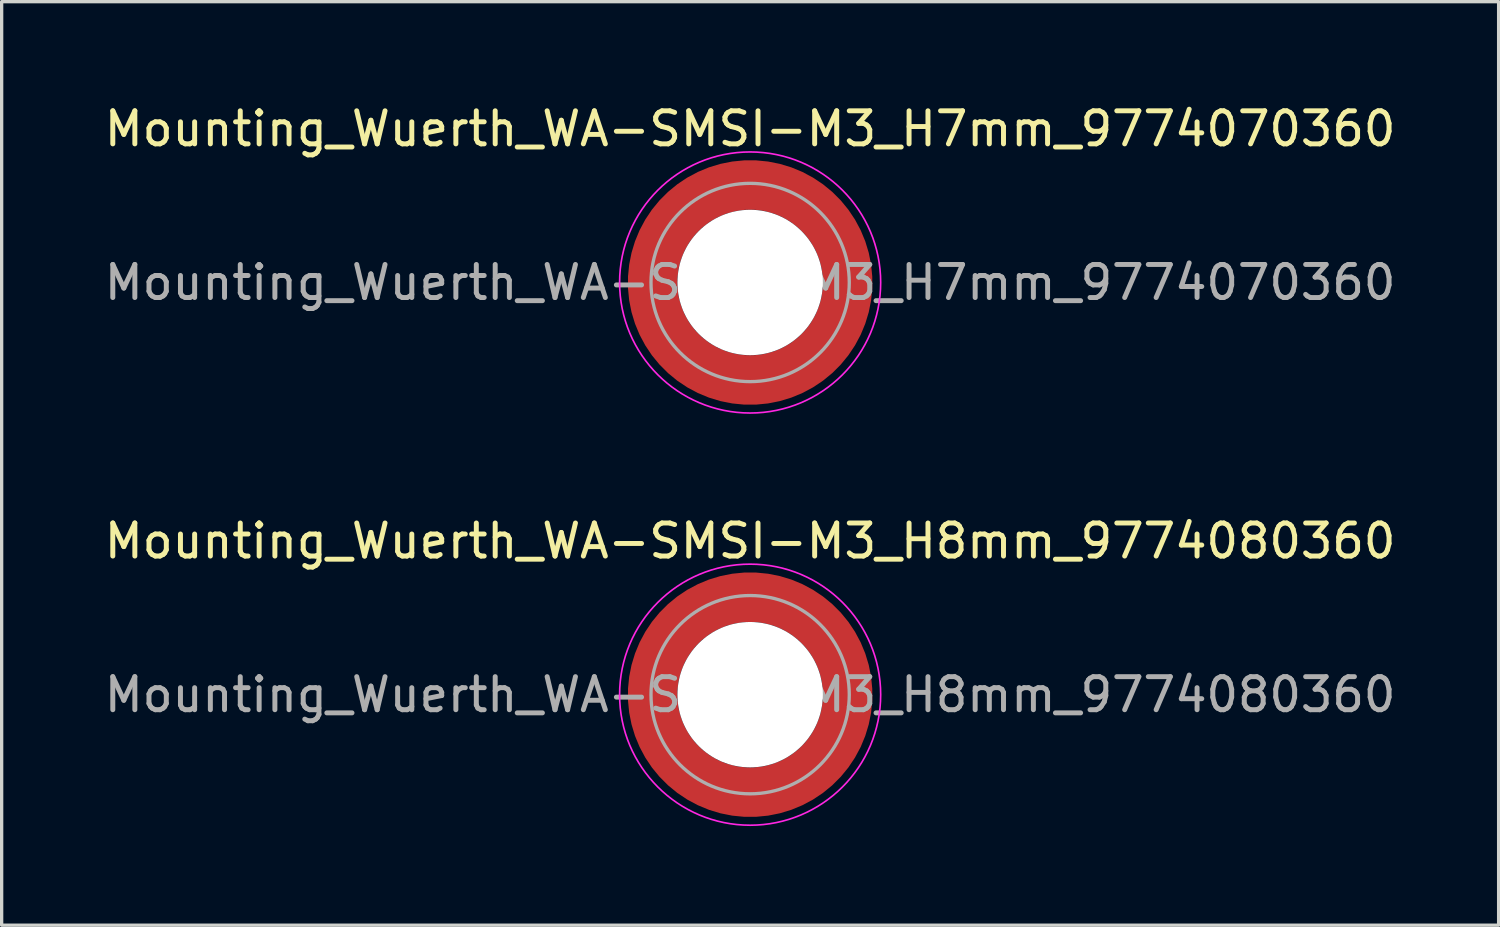
<source format=kicad_pcb>
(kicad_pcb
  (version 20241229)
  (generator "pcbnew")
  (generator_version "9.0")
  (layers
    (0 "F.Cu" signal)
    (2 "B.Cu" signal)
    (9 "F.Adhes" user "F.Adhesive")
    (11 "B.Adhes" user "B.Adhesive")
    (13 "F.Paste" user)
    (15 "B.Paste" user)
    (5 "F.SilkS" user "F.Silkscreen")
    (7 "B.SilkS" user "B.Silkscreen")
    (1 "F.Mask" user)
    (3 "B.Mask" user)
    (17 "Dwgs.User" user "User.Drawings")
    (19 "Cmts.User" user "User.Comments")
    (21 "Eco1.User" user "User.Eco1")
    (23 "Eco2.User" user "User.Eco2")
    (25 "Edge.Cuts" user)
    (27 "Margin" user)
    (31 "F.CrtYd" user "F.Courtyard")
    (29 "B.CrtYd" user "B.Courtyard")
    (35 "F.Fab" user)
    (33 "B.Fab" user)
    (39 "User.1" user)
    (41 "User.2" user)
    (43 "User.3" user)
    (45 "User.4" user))
  (footprint "Mounting_Wuerth_WA-SMSI-M3_H7mm_9774070360"
    (layer "F.Cu")
    (at 19.649 5.498)
    (property "Reference" "Mounting_Wuerth_WA-SMSI-M3_H7mm_9774070360" (at 0 -4.65 0) (layer "F.SilkS") (effects (font (size 1 1) (thickness 0.15))))
    (attr smd)
    (fp_circle (center 0 0) (end 3.95 0) (stroke (width 0.05) (type solid)) (fill no) (layer "F.CrtYd"))
    (fp_circle (center 0 0) (end 3 0) (stroke (width 0.1) (type solid)) (fill no) (layer "F.Fab"))
    (fp_text user "${REFERENCE}" (at 0 0 0) (layer "F.Fab") (effects (font (size 1 1) (thickness 0.15))))
    (pad "" smd custom (at -2.058 -2.058) (size 0.7 0.7) (layers "F.Paste") (options (anchor circle)) (primitives (gr_arc (start -0.377294 1.707681) (mid 0.317579 0.318817) (end 1.705947 -0.377044) (width 0.2)) (gr_arc (start -0.478281 1.707681) (mid 0.246161 0.248814) (end 1.703965 -0.477765) (width 0.2)) (gr_arc (start -0.579192 1.707681) (mid 0.175492 0.178063) (end 1.704077 -0.578711) (width 0.2)) (gr_arc (start -0.680037 1.707681) (mid 0.105568 0.106564) (end 1.706284 -0.679858) (width 0.2)) (gr_arc (start -0.780822 1.707681) (mid 0.034627 0.036085) (end 1.705634 -0.780569) (width 0.2)) (gr_arc (start -0.881554 1.707681) (mid -0.035694 -0.035016) (end 1.706729 -0.881441) (width 0.2)) (gr_arc (start -0.982237 1.707681) (mid -0.107281 -0.10485) (end 1.704266 -0.981842) (width 0.2)) (gr_arc (start -1.082877 1.707681) (mid -0.178372 -0.175181) (end 1.703197 -1.082374) (width 0.2)) (gr_arc (start -1.183476 1.707681) (mid -0.248964 -0.246008) (end 1.703525 -1.183025) (width 0.2)) (gr_arc (start -1.28404 1.707681) (mid -0.319062 -0.317333) (end 1.70525 -1.283784) (width 0.2)) (gr_line (start 1.708 -0.377) (end 1.708 -1.284) (width 0.2)) (gr_line (start -0.377 1.708) (end -1.284 1.708) (width 0.2))))
    (pad "" smd custom (at -2.058 2.058) (size 0.7 0.7) (layers "F.Paste") (options (anchor circle)) (primitives (gr_arc (start 1.707681 0.377294) (mid 0.318817 -0.317579) (end -0.377044 -1.705947) (width 0.2)) (gr_arc (start 1.707681 0.478281) (mid 0.248814 -0.246161) (end -0.477765 -1.703965) (width 0.2)) (gr_arc (start 1.707681 0.579192) (mid 0.178063 -0.175492) (end -0.578711 -1.704077) (width 0.2)) (gr_arc (start 1.707681 0.680037) (mid 0.106564 -0.105568) (end -0.679858 -1.706284) (width 0.2)) (gr_arc (start 1.707681 0.780822) (mid 0.036085 -0.034627) (end -0.780569 -1.705634) (width 0.2)) (gr_arc (start 1.707681 0.881554) (mid -0.035016 0.035694) (end -0.881441 -1.706729) (width 0.2)) (gr_arc (start 1.707681 0.982237) (mid -0.10485 0.107281) (end -0.981842 -1.704266) (width 0.2)) (gr_arc (start 1.707681 1.082877) (mid -0.175181 0.178372) (end -1.082374 -1.703197) (width 0.2)) (gr_arc (start 1.707681 1.183476) (mid -0.246008 0.248964) (end -1.183025 -1.703525) (width 0.2)) (gr_arc (start 1.707681 1.28404) (mid -0.317333 0.319062) (end -1.283784 -1.70525) (width 0.2)) (gr_line (start -0.377 -1.708) (end -1.284 -1.708) (width 0.2)) (gr_line (start 1.708 0.377) (end 1.708 1.284) (width 0.2))))
    (pad "" np_thru_hole circle (at 0 0) (size 4.4 4.4) (drill 4.4) (layers "*.Cu" "*.Mask"))
    (pad "" smd custom (at 2.058 -2.058) (size 0.7 0.7) (layers "F.Paste") (options (anchor circle)) (primitives (gr_arc (start -1.707681 -0.377294) (mid -0.318817 0.317579) (end 0.377044 1.705947) (width 0.2)) (gr_arc (start -1.707681 -0.478281) (mid -0.248814 0.246161) (end 0.477765 1.703965) (width 0.2)) (gr_arc (start -1.707681 -0.579192) (mid -0.178063 0.175492) (end 0.578711 1.704077) (width 0.2)) (gr_arc (start -1.707681 -0.680037) (mid -0.106564 0.105568) (end 0.679858 1.706284) (width 0.2)) (gr_arc (start -1.707681 -0.780822) (mid -0.036085 0.034627) (end 0.780569 1.705634) (width 0.2)) (gr_arc (start -1.707681 -0.881554) (mid 0.035016 -0.035694) (end 0.881441 1.706729) (width 0.2)) (gr_arc (start -1.707681 -0.982237) (mid 0.10485 -0.107281) (end 0.981842 1.704266) (width 0.2)) (gr_arc (start -1.707681 -1.082877) (mid 0.175181 -0.178372) (end 1.082374 1.703197) (width 0.2)) (gr_arc (start -1.707681 -1.183476) (mid 0.246008 -0.248964) (end 1.183025 1.703525) (width 0.2)) (gr_arc (start -1.707681 -1.28404) (mid 0.317333 -0.319062) (end 1.283784 1.70525) (width 0.2)) (gr_line (start 0.377 1.708) (end 1.284 1.708) (width 0.2)) (gr_line (start -1.708 -0.377) (end -1.708 -1.284) (width 0.2))))
    (pad "" smd custom (at 2.058 2.058) (size 0.7 0.7) (layers "F.Paste") (options (anchor circle)) (primitives (gr_arc (start 0.377294 -1.707681) (mid -0.317579 -0.318817) (end -1.705947 0.377044) (width 0.2)) (gr_arc (start 0.478281 -1.707681) (mid -0.246161 -0.248814) (end -1.703965 0.477765) (width 0.2)) (gr_arc (start 0.579192 -1.707681) (mid -0.175492 -0.178063) (end -1.704077 0.578711) (width 0.2)) (gr_arc (start 0.680037 -1.707681) (mid -0.105568 -0.106564) (end -1.706284 0.679858) (width 0.2)) (gr_arc (start 0.780822 -1.707681) (mid -0.034627 -0.036085) (end -1.705634 0.780569) (width 0.2)) (gr_arc (start 0.881554 -1.707681) (mid 0.035694 0.035016) (end -1.706729 0.881441) (width 0.2)) (gr_arc (start 0.982237 -1.707681) (mid 0.107281 0.10485) (end -1.704266 0.981842) (width 0.2)) (gr_arc (start 1.082877 -1.707681) (mid 0.178372 0.175181) (end -1.703197 1.082374) (width 0.2)) (gr_arc (start 1.183476 -1.707681) (mid 0.248964 0.246008) (end -1.703525 1.183025) (width 0.2)) (gr_arc (start 1.28404 -1.707681) (mid 0.319062 0.317333) (end -1.70525 1.283784) (width 0.2)) (gr_line (start -1.708 0.377) (end -1.708 1.284) (width 0.2)) (gr_line (start 0.377 -1.708) (end 1.284 -1.708) (width 0.2))))
    (pad "1" smd circle (at -2.95 0) (size 1.1 1.1) (layers "F.Cu"))
    (pad "1" smd circle (at 0 -2.95) (size 1.1 1.1) (layers "F.Cu"))
    (pad "1" smd circle (at 0 2.95) (size 1.1 1.1) (layers "F.Cu"))
    (pad "1" smd custom (at 2.95 0) (size 1.1 1.1) (layers "F.Cu" "F.Mask") (options (anchor circle)) (primitives (gr_circle (center -2.95 0) (end 0 0) (width 1.5) (fill no)))))
  (footprint "Mounting_Wuerth_WA-SMSI-M3_H8mm_9774080360"
    (layer "F.Cu")
    (at 19.649 17.971)
    (property "Reference" "Mounting_Wuerth_WA-SMSI-M3_H8mm_9774080360" (at 0 -4.65 0) (layer "F.SilkS") (effects (font (size 1 1) (thickness 0.15))))
    (attr smd)
    (fp_circle (center 0 0) (end 3.95 0) (stroke (width 0.05) (type solid)) (fill no) (layer "F.CrtYd"))
    (fp_circle (center 0 0) (end 3 0) (stroke (width 0.1) (type solid)) (fill no) (layer "F.Fab"))
    (fp_text user "${REFERENCE}" (at 0 0 0) (layer "F.Fab") (effects (font (size 1 1) (thickness 0.15))))
    (pad "" smd custom (at -2.058 -2.058) (size 0.7 0.7) (layers "F.Paste") (options (anchor circle)) (primitives (gr_arc (start -0.377294 1.707681) (mid 0.317579 0.318817) (end 1.705947 -0.377044) (width 0.2)) (gr_arc (start -0.478281 1.707681) (mid 0.246161 0.248814) (end 1.703965 -0.477765) (width 0.2)) (gr_arc (start -0.579192 1.707681) (mid 0.175492 0.178063) (end 1.704077 -0.578711) (width 0.2)) (gr_arc (start -0.680037 1.707681) (mid 0.105568 0.106564) (end 1.706284 -0.679858) (width 0.2)) (gr_arc (start -0.780822 1.707681) (mid 0.034627 0.036085) (end 1.705634 -0.780569) (width 0.2)) (gr_arc (start -0.881554 1.707681) (mid -0.035694 -0.035016) (end 1.706729 -0.881441) (width 0.2)) (gr_arc (start -0.982237 1.707681) (mid -0.107281 -0.10485) (end 1.704266 -0.981842) (width 0.2)) (gr_arc (start -1.082877 1.707681) (mid -0.178372 -0.175181) (end 1.703197 -1.082374) (width 0.2)) (gr_arc (start -1.183476 1.707681) (mid -0.248964 -0.246008) (end 1.703525 -1.183025) (width 0.2)) (gr_arc (start -1.28404 1.707681) (mid -0.319062 -0.317333) (end 1.70525 -1.283784) (width 0.2)) (gr_line (start 1.708 -0.377) (end 1.708 -1.284) (width 0.2)) (gr_line (start -0.377 1.708) (end -1.284 1.708) (width 0.2))))
    (pad "" smd custom (at -2.058 2.058) (size 0.7 0.7) (layers "F.Paste") (options (anchor circle)) (primitives (gr_arc (start 1.707681 0.377294) (mid 0.318817 -0.317579) (end -0.377044 -1.705947) (width 0.2)) (gr_arc (start 1.707681 0.478281) (mid 0.248814 -0.246161) (end -0.477765 -1.703965) (width 0.2)) (gr_arc (start 1.707681 0.579192) (mid 0.178063 -0.175492) (end -0.578711 -1.704077) (width 0.2)) (gr_arc (start 1.707681 0.680037) (mid 0.106564 -0.105568) (end -0.679858 -1.706284) (width 0.2)) (gr_arc (start 1.707681 0.780822) (mid 0.036085 -0.034627) (end -0.780569 -1.705634) (width 0.2)) (gr_arc (start 1.707681 0.881554) (mid -0.035016 0.035694) (end -0.881441 -1.706729) (width 0.2)) (gr_arc (start 1.707681 0.982237) (mid -0.10485 0.107281) (end -0.981842 -1.704266) (width 0.2)) (gr_arc (start 1.707681 1.082877) (mid -0.175181 0.178372) (end -1.082374 -1.703197) (width 0.2)) (gr_arc (start 1.707681 1.183476) (mid -0.246008 0.248964) (end -1.183025 -1.703525) (width 0.2)) (gr_arc (start 1.707681 1.28404) (mid -0.317333 0.319062) (end -1.283784 -1.70525) (width 0.2)) (gr_line (start -0.377 -1.708) (end -1.284 -1.708) (width 0.2)) (gr_line (start 1.708 0.377) (end 1.708 1.284) (width 0.2))))
    (pad "" np_thru_hole circle (at 0 0) (size 4.4 4.4) (drill 4.4) (layers "*.Cu" "*.Mask"))
    (pad "" smd custom (at 2.058 -2.058) (size 0.7 0.7) (layers "F.Paste") (options (anchor circle)) (primitives (gr_arc (start -1.707681 -0.377294) (mid -0.318817 0.317579) (end 0.377044 1.705947) (width 0.2)) (gr_arc (start -1.707681 -0.478281) (mid -0.248814 0.246161) (end 0.477765 1.703965) (width 0.2)) (gr_arc (start -1.707681 -0.579192) (mid -0.178063 0.175492) (end 0.578711 1.704077) (width 0.2)) (gr_arc (start -1.707681 -0.680037) (mid -0.106564 0.105568) (end 0.679858 1.706284) (width 0.2)) (gr_arc (start -1.707681 -0.780822) (mid -0.036085 0.034627) (end 0.780569 1.705634) (width 0.2)) (gr_arc (start -1.707681 -0.881554) (mid 0.035016 -0.035694) (end 0.881441 1.706729) (width 0.2)) (gr_arc (start -1.707681 -0.982237) (mid 0.10485 -0.107281) (end 0.981842 1.704266) (width 0.2)) (gr_arc (start -1.707681 -1.082877) (mid 0.175181 -0.178372) (end 1.082374 1.703197) (width 0.2)) (gr_arc (start -1.707681 -1.183476) (mid 0.246008 -0.248964) (end 1.183025 1.703525) (width 0.2)) (gr_arc (start -1.707681 -1.28404) (mid 0.317333 -0.319062) (end 1.283784 1.70525) (width 0.2)) (gr_line (start 0.377 1.708) (end 1.284 1.708) (width 0.2)) (gr_line (start -1.708 -0.377) (end -1.708 -1.284) (width 0.2))))
    (pad "" smd custom (at 2.058 2.058) (size 0.7 0.7) (layers "F.Paste") (options (anchor circle)) (primitives (gr_arc (start 0.377294 -1.707681) (mid -0.317579 -0.318817) (end -1.705947 0.377044) (width 0.2)) (gr_arc (start 0.478281 -1.707681) (mid -0.246161 -0.248814) (end -1.703965 0.477765) (width 0.2)) (gr_arc (start 0.579192 -1.707681) (mid -0.175492 -0.178063) (end -1.704077 0.578711) (width 0.2)) (gr_arc (start 0.680037 -1.707681) (mid -0.105568 -0.106564) (end -1.706284 0.679858) (width 0.2)) (gr_arc (start 0.780822 -1.707681) (mid -0.034627 -0.036085) (end -1.705634 0.780569) (width 0.2)) (gr_arc (start 0.881554 -1.707681) (mid 0.035694 0.035016) (end -1.706729 0.881441) (width 0.2)) (gr_arc (start 0.982237 -1.707681) (mid 0.107281 0.10485) (end -1.704266 0.981842) (width 0.2)) (gr_arc (start 1.082877 -1.707681) (mid 0.178372 0.175181) (end -1.703197 1.082374) (width 0.2)) (gr_arc (start 1.183476 -1.707681) (mid 0.248964 0.246008) (end -1.703525 1.183025) (width 0.2)) (gr_arc (start 1.28404 -1.707681) (mid 0.319062 0.317333) (end -1.70525 1.283784) (width 0.2)) (gr_line (start -1.708 0.377) (end -1.708 1.284) (width 0.2)) (gr_line (start 0.377 -1.708) (end 1.284 -1.708) (width 0.2))))
    (pad "1" smd circle (at -2.95 0) (size 1.1 1.1) (layers "F.Cu"))
    (pad "1" smd circle (at 0 -2.95) (size 1.1 1.1) (layers "F.Cu"))
    (pad "1" smd circle (at 0 2.95) (size 1.1 1.1) (layers "F.Cu"))
    (pad "1" smd custom (at 2.95 0) (size 1.1 1.1) (layers "F.Cu" "F.Mask") (options (anchor circle)) (primitives (gr_circle (center -2.95 0) (end 0 0) (width 1.5) (fill no)))))
  (gr_rect
    (start -3 -3)
    (end 42.298 24.947)
    (stroke (width 0.1) (type default))
    (fill no)
    (layer "Edge.Cuts")))
</source>
